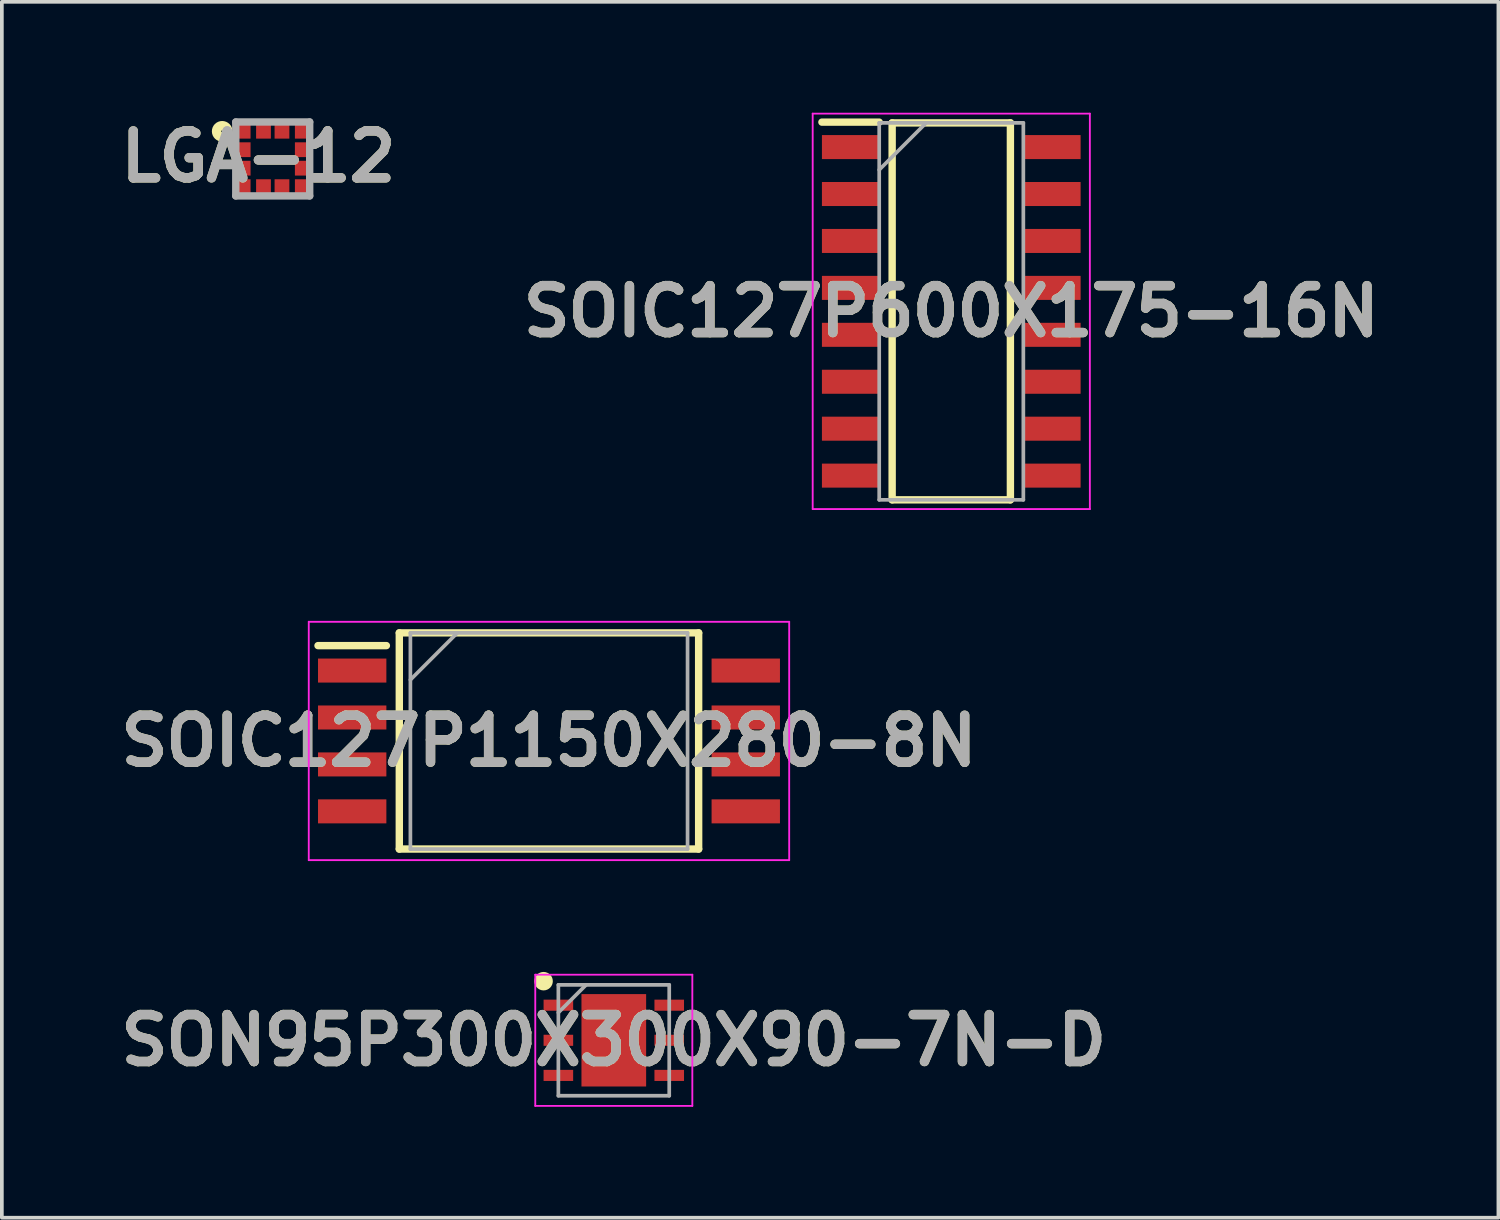
<source format=kicad_pcb>
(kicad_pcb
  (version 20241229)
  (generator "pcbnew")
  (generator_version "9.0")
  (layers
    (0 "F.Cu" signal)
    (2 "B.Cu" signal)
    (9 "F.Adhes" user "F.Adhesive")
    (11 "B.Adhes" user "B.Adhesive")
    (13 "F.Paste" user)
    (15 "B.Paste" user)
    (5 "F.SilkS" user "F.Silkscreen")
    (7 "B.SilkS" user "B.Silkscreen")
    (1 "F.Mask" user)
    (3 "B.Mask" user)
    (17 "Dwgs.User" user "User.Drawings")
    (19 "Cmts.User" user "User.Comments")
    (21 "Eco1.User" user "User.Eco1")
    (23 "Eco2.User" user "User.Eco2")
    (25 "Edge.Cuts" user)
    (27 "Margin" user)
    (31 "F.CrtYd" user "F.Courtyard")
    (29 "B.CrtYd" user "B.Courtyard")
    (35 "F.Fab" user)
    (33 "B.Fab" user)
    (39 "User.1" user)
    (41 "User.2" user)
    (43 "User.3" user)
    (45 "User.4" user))
  (footprint "SON95P300X300X90-7N-D"
    (layer "F.Cu")
    (at 13.559 25.1)
    (property "Reference" "SON95P300X300X90-7N-D" (at 0 0 0) (layer "F.SilkS") (effects (font (size 1.27 1.27) (thickness 0.254))))
    (attr smd)
    (fp_circle (center -1.9 -1.6) (end -1.9 -1.475) (stroke (width 0.25) (type solid)) (fill no) (layer "F.SilkS"))
    (fp_line (start -2.125 -1.775) (end 2.125 -1.775) (stroke (width 0.05) (type solid)) (layer "F.CrtYd"))
    (fp_line (start -2.125 1.775) (end -2.125 -1.775) (stroke (width 0.05) (type solid)) (layer "F.CrtYd"))
    (fp_line (start 2.125 -1.775) (end 2.125 1.775) (stroke (width 0.05) (type solid)) (layer "F.CrtYd"))
    (fp_line (start 2.125 1.775) (end -2.125 1.775) (stroke (width 0.05) (type solid)) (layer "F.CrtYd"))
    (fp_line (start -1.5 -1.5) (end 1.5 -1.5) (stroke (width 0.1) (type solid)) (layer "F.Fab"))
    (fp_line (start -1.5 -0.75) (end -0.75 -1.5) (stroke (width 0.1) (type solid)) (layer "F.Fab"))
    (fp_line (start -1.5 1.5) (end -1.5 -1.5) (stroke (width 0.1) (type solid)) (layer "F.Fab"))
    (fp_line (start 1.5 -1.5) (end 1.5 1.5) (stroke (width 0.1) (type solid)) (layer "F.Fab"))
    (fp_line (start 1.5 1.5) (end -1.5 1.5) (stroke (width 0.1) (type solid)) (layer "F.Fab"))
    (fp_text user "${REFERENCE}" (at 0 0 0) (layer "F.Fab") (effects (font (size 1.27 1.27) (thickness 0.254))))
    (pad "1" smd rect (at -1.5 -0.95 90) (size 0.3 0.8) (layers "F.Cu" "F.Mask" "F.Paste"))
    (pad "2" smd rect (at -1.5 0 90) (size 0.3 0.8) (layers "F.Cu" "F.Mask" "F.Paste"))
    (pad "3" smd rect (at -1.5 0.95 90) (size 0.3 0.8) (layers "F.Cu" "F.Mask" "F.Paste"))
    (pad "4" smd rect (at 1.5 0.95 90) (size 0.3 0.8) (layers "F.Cu" "F.Mask" "F.Paste"))
    (pad "5" smd rect (at 1.5 0 90) (size 0.3 0.8) (layers "F.Cu" "F.Mask" "F.Paste"))
    (pad "6" smd rect (at 1.5 -0.95 90) (size 0.3 0.8) (layers "F.Cu" "F.Mask" "F.Paste"))
    (pad "7" smd rect (at 0 0) (size 1.75 2.5) (layers "F.Cu" "F.Mask" "F.Paste")))
  (footprint "LGA-12"
    (layer "F.Cu")
    (at 4.33 1.251)
    (property "Reference" "LGA-12" (at -0.387 -0.063 0) (layer "F.SilkS") (effects (font (size 1.27 1.27) (thickness 0.254))))
    (attr smd)
    (fp_circle (center -1.368 -0.748) (end -1.368 -0.723) (stroke (width 0.254) (type solid)) (fill no) (layer "F.SilkS"))
    (fp_line (start -1 -1) (end 1 -1) (stroke (width 0.2) (type solid)) (layer "F.Fab"))
    (fp_line (start -1 1) (end -1 -1) (stroke (width 0.2) (type solid)) (layer "F.Fab"))
    (fp_line (start 1 -1) (end 1 1) (stroke (width 0.2) (type solid)) (layer "F.Fab"))
    (fp_line (start 1 1) (end -1 1) (stroke (width 0.2) (type solid)) (layer "F.Fab"))
    (fp_text user "${REFERENCE}" (at -0.387 -0.063 0) (layer "F.Fab") (effects (font (size 1.27 1.27) (thickness 0.254))))
    (pad "1" smd rect (at -0.8 -0.75 90) (size 0.4 0.4) (layers "F.Cu" "F.Mask" "F.Paste"))
    (pad "2" smd rect (at -0.8 -0.25 90) (size 0.4 0.4) (layers "F.Cu" "F.Mask" "F.Paste"))
    (pad "3" smd rect (at -0.8 0.25 90) (size 0.4 0.4) (layers "F.Cu" "F.Mask" "F.Paste"))
    (pad "4" smd rect (at -0.8 0.75 90) (size 0.4 0.4) (layers "F.Cu" "F.Mask" "F.Paste"))
    (pad "5" smd rect (at -0.25 0.75 90) (size 0.4 0.4) (layers "F.Cu" "F.Mask" "F.Paste"))
    (pad "6" smd rect (at 0.25 0.75 90) (size 0.4 0.4) (layers "F.Cu" "F.Mask" "F.Paste"))
    (pad "7" smd rect (at 0.8 0.75 90) (size 0.4 0.4) (layers "F.Cu" "F.Mask" "F.Paste"))
    (pad "8" smd rect (at 0.8 0.25 90) (size 0.4 0.4) (layers "F.Cu" "F.Mask" "F.Paste"))
    (pad "9" smd rect (at 0.8 -0.25 90) (size 0.4 0.4) (layers "F.Cu" "F.Mask" "F.Paste"))
    (pad "10" smd rect (at 0.8 -0.75 90) (size 0.4 0.4) (layers "F.Cu" "F.Mask" "F.Paste"))
    (pad "11" smd rect (at 0.25 -0.75 90) (size 0.4 0.4) (layers "F.Cu" "F.Mask" "F.Paste"))
    (pad "12" smd rect (at -0.25 -0.75 90) (size 0.4 0.4) (layers "F.Cu" "F.Mask" "F.Paste")))
  (footprint "SOIC127P1150X280-8N"
    (layer "F.Cu")
    (at 11.805 17)
    (property "Reference" "SOIC127P1150X280-8N" (at 0 0 0) (layer "F.SilkS") (effects (font (size 1.27 1.27) (thickness 0.254))))
    (attr smd)
    (fp_line (start -6.25 -2.58) (end -4.4 -2.58) (stroke (width 0.2) (type solid)) (layer "F.SilkS"))
    (fp_line (start -4.05 -2.925) (end 4.05 -2.925) (stroke (width 0.2) (type solid)) (layer "F.SilkS"))
    (fp_line (start -4.05 2.925) (end -4.05 -2.925) (stroke (width 0.2) (type solid)) (layer "F.SilkS"))
    (fp_line (start 4.05 -2.925) (end 4.05 2.925) (stroke (width 0.2) (type solid)) (layer "F.SilkS"))
    (fp_line (start 4.05 2.925) (end -4.05 2.925) (stroke (width 0.2) (type solid)) (layer "F.SilkS"))
    (fp_line (start -6.5 -3.225) (end 6.5 -3.225) (stroke (width 0.05) (type solid)) (layer "F.CrtYd"))
    (fp_line (start -6.5 3.225) (end -6.5 -3.225) (stroke (width 0.05) (type solid)) (layer "F.CrtYd"))
    (fp_line (start 6.5 -3.225) (end 6.5 3.225) (stroke (width 0.05) (type solid)) (layer "F.CrtYd"))
    (fp_line (start 6.5 3.225) (end -6.5 3.225) (stroke (width 0.05) (type solid)) (layer "F.CrtYd"))
    (fp_line (start -3.75 -2.925) (end 3.75 -2.925) (stroke (width 0.1) (type solid)) (layer "F.Fab"))
    (fp_line (start -3.75 -1.655) (end -2.48 -2.925) (stroke (width 0.1) (type solid)) (layer "F.Fab"))
    (fp_line (start -3.75 2.925) (end -3.75 -2.925) (stroke (width 0.1) (type solid)) (layer "F.Fab"))
    (fp_line (start 3.75 -2.925) (end 3.75 2.925) (stroke (width 0.1) (type solid)) (layer "F.Fab"))
    (fp_line (start 3.75 2.925) (end -3.75 2.925) (stroke (width 0.1) (type solid)) (layer "F.Fab"))
    (fp_text user "${REFERENCE}" (at 0 0 0) (layer "F.Fab") (effects (font (size 1.27 1.27) (thickness 0.254))))
    (pad "1" smd rect (at -5.325 -1.905 90) (size 0.65 1.85) (layers "F.Cu" "F.Mask" "F.Paste"))
    (pad "2" smd rect (at -5.325 -0.635 90) (size 0.65 1.85) (layers "F.Cu" "F.Mask" "F.Paste"))
    (pad "3" smd rect (at -5.325 0.635 90) (size 0.65 1.85) (layers "F.Cu" "F.Mask" "F.Paste"))
    (pad "4" smd rect (at -5.325 1.905 90) (size 0.65 1.85) (layers "F.Cu" "F.Mask" "F.Paste"))
    (pad "5" smd rect (at 5.325 1.905 90) (size 0.65 1.85) (layers "F.Cu" "F.Mask" "F.Paste"))
    (pad "6" smd rect (at 5.325 0.635 90) (size 0.65 1.85) (layers "F.Cu" "F.Mask" "F.Paste"))
    (pad "7" smd rect (at 5.325 -0.635 90) (size 0.65 1.85) (layers "F.Cu" "F.Mask" "F.Paste"))
    (pad "8" smd rect (at 5.325 -1.905 90) (size 0.65 1.85) (layers "F.Cu" "F.Mask" "F.Paste")))
  (footprint "SOIC127P600X175-16N"
    (layer "F.Cu")
    (at 22.691 5.375)
    (property "Reference" "SOIC127P600X175-16N" (at 0 0 0) (layer "F.SilkS") (effects (font (size 1.27 1.27) (thickness 0.254))))
    (attr smd)
    (fp_line (start -3.5 -5.12) (end -1.95 -5.12) (stroke (width 0.2) (type solid)) (layer "F.SilkS"))
    (fp_line (start -1.6 -5.1) (end 1.6 -5.1) (stroke (width 0.2) (type solid)) (layer "F.SilkS"))
    (fp_line (start -1.6 5.1) (end -1.6 -5.1) (stroke (width 0.2) (type solid)) (layer "F.SilkS"))
    (fp_line (start 1.6 -5.1) (end 1.6 5.1) (stroke (width 0.2) (type solid)) (layer "F.SilkS"))
    (fp_line (start 1.6 5.1) (end -1.6 5.1) (stroke (width 0.2) (type solid)) (layer "F.SilkS"))
    (fp_line (start -3.75 -5.35) (end 3.75 -5.35) (stroke (width 0.05) (type solid)) (layer "F.CrtYd"))
    (fp_line (start -3.75 5.35) (end -3.75 -5.35) (stroke (width 0.05) (type solid)) (layer "F.CrtYd"))
    (fp_line (start 3.75 -5.35) (end 3.75 5.35) (stroke (width 0.05) (type solid)) (layer "F.CrtYd"))
    (fp_line (start 3.75 5.35) (end -3.75 5.35) (stroke (width 0.05) (type solid)) (layer "F.CrtYd"))
    (fp_line (start -1.95 -5.1) (end 1.95 -5.1) (stroke (width 0.1) (type solid)) (layer "F.Fab"))
    (fp_line (start -1.95 -3.83) (end -0.68 -5.1) (stroke (width 0.1) (type solid)) (layer "F.Fab"))
    (fp_line (start -1.95 5.1) (end -1.95 -5.1) (stroke (width 0.1) (type solid)) (layer "F.Fab"))
    (fp_line (start 1.95 -5.1) (end 1.95 5.1) (stroke (width 0.1) (type solid)) (layer "F.Fab"))
    (fp_line (start 1.95 5.1) (end -1.95 5.1) (stroke (width 0.1) (type solid)) (layer "F.Fab"))
    (fp_text user "${REFERENCE}" (at 0 0 0) (layer "F.Fab") (effects (font (size 1.27 1.27) (thickness 0.254))))
    (pad "1" smd rect (at -2.725 -4.445 90) (size 0.65 1.55) (layers "F.Cu" "F.Mask" "F.Paste"))
    (pad "2" smd rect (at -2.725 -3.175 90) (size 0.65 1.55) (layers "F.Cu" "F.Mask" "F.Paste"))
    (pad "3" smd rect (at -2.725 -1.905 90) (size 0.65 1.55) (layers "F.Cu" "F.Mask" "F.Paste"))
    (pad "4" smd rect (at -2.725 -0.635 90) (size 0.65 1.55) (layers "F.Cu" "F.Mask" "F.Paste"))
    (pad "5" smd rect (at -2.725 0.635 90) (size 0.65 1.55) (layers "F.Cu" "F.Mask" "F.Paste"))
    (pad "6" smd rect (at -2.725 1.905 90) (size 0.65 1.55) (layers "F.Cu" "F.Mask" "F.Paste"))
    (pad "7" smd rect (at -2.725 3.175 90) (size 0.65 1.55) (layers "F.Cu" "F.Mask" "F.Paste"))
    (pad "8" smd rect (at -2.725 4.445 90) (size 0.65 1.55) (layers "F.Cu" "F.Mask" "F.Paste"))
    (pad "9" smd rect (at 2.725 4.445 90) (size 0.65 1.55) (layers "F.Cu" "F.Mask" "F.Paste"))
    (pad "10" smd rect (at 2.725 3.175 90) (size 0.65 1.55) (layers "F.Cu" "F.Mask" "F.Paste"))
    (pad "11" smd rect (at 2.725 1.905 90) (size 0.65 1.55) (layers "F.Cu" "F.Mask" "F.Paste"))
    (pad "12" smd rect (at 2.725 0.635 90) (size 0.65 1.55) (layers "F.Cu" "F.Mask" "F.Paste"))
    (pad "13" smd rect (at 2.725 -0.635 90) (size 0.65 1.55) (layers "F.Cu" "F.Mask" "F.Paste"))
    (pad "14" smd rect (at 2.725 -1.905 90) (size 0.65 1.55) (layers "F.Cu" "F.Mask" "F.Paste"))
    (pad "15" smd rect (at 2.725 -3.175 90) (size 0.65 1.55) (layers "F.Cu" "F.Mask" "F.Paste"))
    (pad "16" smd rect (at 2.725 -4.445 90) (size 0.65 1.55) (layers "F.Cu" "F.Mask" "F.Paste")))
  (gr_rect
    (start -3 -3)
    (end 37.496 29.9)
    (stroke (width 0.1) (type default))
    (fill no)
    (layer "Edge.Cuts")))
</source>
